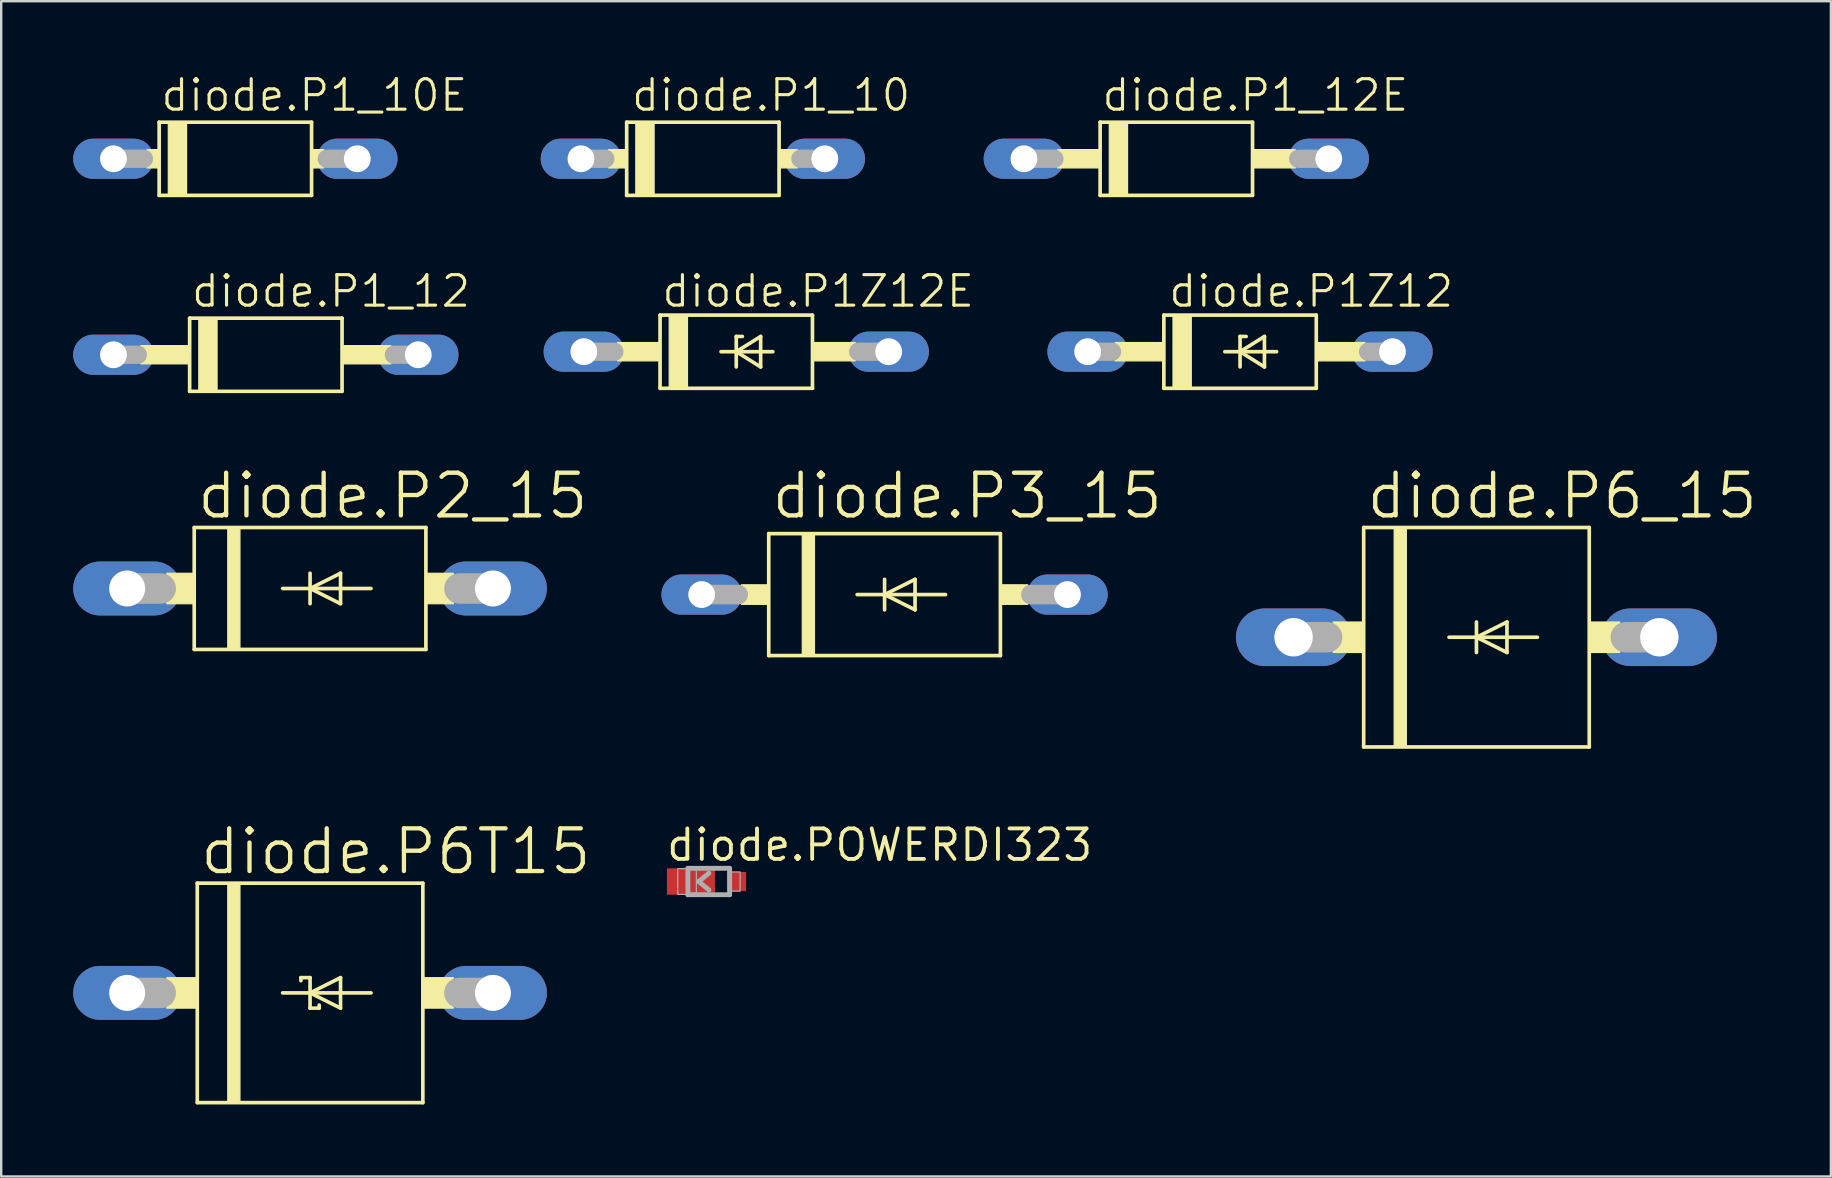
<source format=kicad_pcb>
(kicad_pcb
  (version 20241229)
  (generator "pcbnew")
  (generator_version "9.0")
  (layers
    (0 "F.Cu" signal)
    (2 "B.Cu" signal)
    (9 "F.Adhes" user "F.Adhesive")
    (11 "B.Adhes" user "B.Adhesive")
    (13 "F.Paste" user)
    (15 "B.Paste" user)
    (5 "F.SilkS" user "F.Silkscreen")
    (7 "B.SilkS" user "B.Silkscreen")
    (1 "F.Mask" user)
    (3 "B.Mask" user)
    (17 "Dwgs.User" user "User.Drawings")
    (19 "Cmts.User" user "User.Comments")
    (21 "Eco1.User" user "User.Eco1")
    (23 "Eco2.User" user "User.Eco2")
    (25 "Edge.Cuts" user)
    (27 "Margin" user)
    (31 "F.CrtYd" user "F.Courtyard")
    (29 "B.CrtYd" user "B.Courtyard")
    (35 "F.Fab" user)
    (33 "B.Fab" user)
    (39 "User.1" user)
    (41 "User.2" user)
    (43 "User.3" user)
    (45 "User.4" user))
  (footprint "diode.P6_15"
    (layer "F.Cu")
    (at 58.464 23.5)
    (property "Reference" "diode.P6_15" (at -4.674 -4.851 0) (layer "F.SilkS") (effects (font (size 1.778 1.778) (thickness 0.18)) (justify left bottom)))
    (attr through_hole)
    (fp_line (start -4.699 -4.572) (end 4.699 -4.572) (stroke (width 0.152) (type default)) (layer "F.SilkS"))
    (fp_line (start -4.699 4.572) (end -4.699 -4.572) (stroke (width 0.152) (type default)) (layer "F.SilkS"))
    (fp_line (start -1.143 0) (end 0 0) (stroke (width 0.152) (type default)) (layer "F.SilkS"))
    (fp_line (start 0 -0.635) (end 0 0) (stroke (width 0.152) (type default)) (layer "F.SilkS"))
    (fp_line (start 0 0) (end 0 0.635) (stroke (width 0.152) (type default)) (layer "F.SilkS"))
    (fp_line (start 0 0) (end 1.27 -0.635) (stroke (width 0.152) (type default)) (layer "F.SilkS"))
    (fp_line (start 0 0) (end 2.54 0) (stroke (width 0.152) (type default)) (layer "F.SilkS"))
    (fp_line (start 1.27 -0.635) (end 1.27 0.635) (stroke (width 0.152) (type default)) (layer "F.SilkS"))
    (fp_line (start 1.27 0.635) (end 0 0) (stroke (width 0.152) (type default)) (layer "F.SilkS"))
    (fp_line (start 4.699 -4.572) (end 4.699 4.572) (stroke (width 0.152) (type default)) (layer "F.SilkS"))
    (fp_line (start 4.699 4.572) (end -4.699 4.572) (stroke (width 0.152) (type default)) (layer "F.SilkS"))
    (fp_rect (start -5.969 0.635) (end -4.699 -0.635) (stroke (width 0.05) (type default)) (fill yes) (layer "F.SilkS"))
    (fp_rect (start -3.429 4.572) (end -2.921 -4.572) (stroke (width 0.05) (type default)) (fill yes) (layer "F.SilkS"))
    (fp_rect (start 4.699 0.635) (end 5.969 -0.635) (stroke (width 0.05) (type default)) (fill yes) (layer "F.SilkS"))
    (fp_line (start -7.62 0) (end -6.223 0) (stroke (width 1.27) (type default)) (layer "F.Fab"))
    (fp_line (start 7.62 0) (end 6.223 0) (stroke (width 1.27) (type default)) (layer "F.Fab"))
    (pad "A" thru_hole oval (at 7.62 0) (size 4.801 2.4) (drill 1.6) (layers "*.Cu" "*.Mask"))
    (pad "C" thru_hole oval (at -7.62 0) (size 4.801 2.4) (drill 1.6) (layers "*.Cu" "*.Mask")))
  (footprint "diode.POWERDI323"
    (layer "F.Cu")
    (at 26.486 33.677)
    (property "Reference" "diode.POWERDI323" (at -1.852 -0.779 0) (layer "F.SilkS") (effects (font (size 1.27 1.27) (thickness 0.16)) (justify left bottom)))
    (attr smd)
    (fp_line (start -0.875 -0.55) (end 0.863 -0.55) (stroke (width 0.203) (type default)) (layer "F.Fab"))
    (fp_line (start -0.875 0.55) (end -0.875 -0.55) (stroke (width 0.203) (type default)) (layer "F.Fab"))
    (fp_line (start -0.425 0) (end 0 0.35) (stroke (width 0.2) (type default)) (layer "F.Fab"))
    (fp_line (start 0 -0.35) (end -0.425 0) (stroke (width 0.2) (type default)) (layer "F.Fab"))
    (fp_line (start 0.863 -0.55) (end 0.863 0.55) (stroke (width 0.203) (type default)) (layer "F.Fab"))
    (fp_line (start 0.863 0.55) (end -0.875 0.55) (stroke (width 0.203) (type default)) (layer "F.Fab"))
    (fp_rect (start -1.3 0.537) (end -0.525 -0.537) (stroke (width 0.05) (type default)) (fill no) (layer "F.Fab"))
    (fp_rect (start 0.838 0.4) (end 1.3 -0.4) (stroke (width 0.05) (type default)) (fill no) (layer "F.Fab"))
    (pad "A" smd roundrect (at 1.15 0) (size 0.8 0.8) (layers "F.Cu" "F.Mask" "F.Paste") (roundrect_rratio 0.01))
    (pad "C" smd roundrect (at -0.75 0) (size 2 1.1) (layers "F.Cu" "F.Mask" "F.Paste") (roundrect_rratio 0.01)))
  (footprint "diode.P1_12"
    (layer "F.Cu")
    (at 8.026 11.73)
    (property "Reference" "diode.P1_12" (at -3.175 -1.905 0) (layer "F.SilkS") (effects (font (size 1.27 1.27) (thickness 0.13)) (justify left bottom)))
    (attr through_hole)
    (fp_line (start -3.175 -1.524) (end -3.175 1.524) (stroke (width 0.152) (type default)) (layer "F.SilkS"))
    (fp_line (start -3.175 1.524) (end 3.175 1.524) (stroke (width 0.152) (type default)) (layer "F.SilkS"))
    (fp_line (start 3.175 -1.524) (end -3.175 -1.524) (stroke (width 0.152) (type default)) (layer "F.SilkS"))
    (fp_line (start 3.175 1.524) (end 3.175 -1.524) (stroke (width 0.152) (type default)) (layer "F.SilkS"))
    (fp_rect (start -5.207 0.381) (end -3.175 -0.381) (stroke (width 0.05) (type default)) (fill yes) (layer "F.SilkS"))
    (fp_rect (start -2.794 1.524) (end -2.032 -1.524) (stroke (width 0.05) (type default)) (fill yes) (layer "F.SilkS"))
    (fp_rect (start 3.175 0.381) (end 5.207 -0.381) (stroke (width 0.05) (type default)) (fill yes) (layer "F.SilkS"))
    (fp_line (start -6.35 0) (end -5.334 0) (stroke (width 0.762) (type default)) (layer "F.Fab"))
    (fp_line (start 6.35 0) (end 5.334 0) (stroke (width 0.762) (type default)) (layer "F.Fab"))
    (pad "A" thru_hole oval (at 6.35 0) (size 3.353 1.676) (drill 1.118) (layers "*.Cu" "*.Mask"))
    (pad "C" thru_hole oval (at -6.35 0) (size 3.353 1.676) (drill 1.118) (layers "*.Cu" "*.Mask")))
  (footprint "diode.P2_15"
    (layer "F.Cu")
    (at 9.868 21.468)
    (property "Reference" "diode.P2_15" (at -4.801 -2.819 0) (layer "F.SilkS") (effects (font (size 1.778 1.778) (thickness 0.18)) (justify left bottom)))
    (attr through_hole)
    (fp_line (start -4.826 -2.54) (end 4.826 -2.54) (stroke (width 0.152) (type default)) (layer "F.SilkS"))
    (fp_line (start -4.826 2.54) (end -4.826 -2.54) (stroke (width 0.152) (type default)) (layer "F.SilkS"))
    (fp_line (start -1.143 0) (end 0 0) (stroke (width 0.152) (type default)) (layer "F.SilkS"))
    (fp_line (start 0 -0.635) (end 0 0) (stroke (width 0.152) (type default)) (layer "F.SilkS"))
    (fp_line (start 0 0) (end 0 0.635) (stroke (width 0.152) (type default)) (layer "F.SilkS"))
    (fp_line (start 0 0) (end 1.27 -0.635) (stroke (width 0.152) (type default)) (layer "F.SilkS"))
    (fp_line (start 0 0) (end 2.54 0) (stroke (width 0.152) (type default)) (layer "F.SilkS"))
    (fp_line (start 1.27 -0.635) (end 1.27 0.635) (stroke (width 0.152) (type default)) (layer "F.SilkS"))
    (fp_line (start 1.27 0.635) (end 0 0) (stroke (width 0.152) (type default)) (layer "F.SilkS"))
    (fp_line (start 4.826 -2.54) (end 4.826 2.54) (stroke (width 0.152) (type default)) (layer "F.SilkS"))
    (fp_line (start 4.826 2.54) (end -4.826 2.54) (stroke (width 0.152) (type default)) (layer "F.SilkS"))
    (fp_rect (start -5.969 0.635) (end -4.826 -0.635) (stroke (width 0.05) (type default)) (fill yes) (layer "F.SilkS"))
    (fp_rect (start -3.429 2.54) (end -2.921 -2.54) (stroke (width 0.05) (type default)) (fill yes) (layer "F.SilkS"))
    (fp_rect (start 4.826 0.635) (end 5.969 -0.635) (stroke (width 0.05) (type default)) (fill yes) (layer "F.SilkS"))
    (fp_line (start -7.62 0) (end -6.223 0) (stroke (width 1.27) (type default)) (layer "F.Fab"))
    (fp_line (start 7.62 0) (end 6.223 0) (stroke (width 1.27) (type default)) (layer "F.Fab"))
    (pad "A" thru_hole oval (at 7.62 0) (size 4.496 2.248) (drill 1.499) (layers "*.Cu" "*.Mask"))
    (pad "C" thru_hole oval (at -7.62 0) (size 4.496 2.248) (drill 1.499) (layers "*.Cu" "*.Mask")))
  (footprint "diode.P1_12E"
    (layer "F.Cu")
    (at 45.96 3.565)
    (property "Reference" "diode.P1_12E" (at -3.175 -1.905 0) (layer "F.SilkS") (effects (font (size 1.27 1.27) (thickness 0.13)) (justify left bottom)))
    (attr through_hole)
    (fp_line (start -3.175 -1.524) (end -3.175 1.524) (stroke (width 0.152) (type default)) (layer "F.SilkS"))
    (fp_line (start -3.175 1.524) (end 3.175 1.524) (stroke (width 0.152) (type default)) (layer "F.SilkS"))
    (fp_line (start 3.175 -1.524) (end -3.175 -1.524) (stroke (width 0.152) (type default)) (layer "F.SilkS"))
    (fp_line (start 3.175 1.524) (end 3.175 -1.524) (stroke (width 0.152) (type default)) (layer "F.SilkS"))
    (fp_rect (start -4.953 0.381) (end -3.175 -0.381) (stroke (width 0.05) (type default)) (fill yes) (layer "F.SilkS"))
    (fp_rect (start -2.794 1.524) (end -2.032 -1.524) (stroke (width 0.05) (type default)) (fill yes) (layer "F.SilkS"))
    (fp_rect (start 3.175 0.381) (end 4.953 -0.381) (stroke (width 0.05) (type default)) (fill yes) (layer "F.SilkS"))
    (fp_line (start -6.35 0) (end -5.08 0) (stroke (width 0.762) (type default)) (layer "F.Fab"))
    (fp_line (start 6.35 0) (end 5.08 0) (stroke (width 0.762) (type default)) (layer "F.Fab"))
    (pad "A" thru_hole oval (at 6.35 0) (size 3.353 1.676) (drill 1.118) (layers "*.Cu" "*.Mask"))
    (pad "C" thru_hole oval (at -6.35 0) (size 3.353 1.676) (drill 1.118) (layers "*.Cu" "*.Mask")))
  (footprint "diode.P6T15"
    (layer "F.Cu")
    (at 9.868 38.317)
    (property "Reference" "diode.P6T15" (at -4.674 -4.851 0) (layer "F.SilkS") (effects (font (size 1.778 1.778) (thickness 0.18)) (justify left bottom)))
    (attr through_hole)
    (fp_line (start -4.699 -4.572) (end 4.699 -4.572) (stroke (width 0.152) (type default)) (layer "F.SilkS"))
    (fp_line (start -4.699 4.572) (end -4.699 -4.572) (stroke (width 0.152) (type default)) (layer "F.SilkS"))
    (fp_line (start -1.143 0) (end 0 0) (stroke (width 0.152) (type default)) (layer "F.SilkS"))
    (fp_line (start -0.381 -0.635) (end 0 -0.635) (stroke (width 0.152) (type default)) (layer "F.SilkS"))
    (fp_line (start -0.381 -0.508) (end -0.381 -0.635) (stroke (width 0.152) (type default)) (layer "F.SilkS"))
    (fp_line (start 0 -0.635) (end 0 0) (stroke (width 0.152) (type default)) (layer "F.SilkS"))
    (fp_line (start 0 0) (end 1.27 -0.635) (stroke (width 0.152) (type default)) (layer "F.SilkS"))
    (fp_line (start 0 0) (end 2.54 0) (stroke (width 0.152) (type default)) (layer "F.SilkS"))
    (fp_line (start 0 0.635) (end 0 0) (stroke (width 0.152) (type default)) (layer "F.SilkS"))
    (fp_line (start 0.381 0.508) (end 0.381 0.635) (stroke (width 0.152) (type default)) (layer "F.SilkS"))
    (fp_line (start 0.381 0.635) (end 0 0.635) (stroke (width 0.152) (type default)) (layer "F.SilkS"))
    (fp_line (start 1.27 -0.635) (end 1.27 0.635) (stroke (width 0.152) (type default)) (layer "F.SilkS"))
    (fp_line (start 1.27 0.635) (end 0 0) (stroke (width 0.152) (type default)) (layer "F.SilkS"))
    (fp_line (start 4.699 -4.572) (end 4.699 4.572) (stroke (width 0.152) (type default)) (layer "F.SilkS"))
    (fp_line (start 4.699 4.572) (end -4.699 4.572) (stroke (width 0.152) (type default)) (layer "F.SilkS"))
    (fp_rect (start -5.969 0.635) (end -4.699 -0.635) (stroke (width 0.05) (type default)) (fill yes) (layer "F.SilkS"))
    (fp_rect (start -3.429 4.572) (end -2.921 -4.572) (stroke (width 0.05) (type default)) (fill yes) (layer "F.SilkS"))
    (fp_rect (start 4.699 0.635) (end 5.969 -0.635) (stroke (width 0.05) (type default)) (fill yes) (layer "F.SilkS"))
    (fp_line (start -7.62 0) (end -6.223 0) (stroke (width 1.27) (type default)) (layer "F.Fab"))
    (fp_line (start 7.62 0) (end 6.223 0) (stroke (width 1.27) (type default)) (layer "F.Fab"))
    (pad "A" thru_hole oval (at 7.62 0) (size 4.496 2.248) (drill 1.499) (layers "*.Cu" "*.Mask"))
    (pad "C" thru_hole oval (at -7.62 0) (size 4.496 2.248) (drill 1.499) (layers "*.Cu" "*.Mask")))
  (footprint "diode.P1_10"
    (layer "F.Cu")
    (at 26.234 3.565)
    (property "Reference" "diode.P1_10" (at -3.048 -1.905 0) (layer "F.SilkS") (effects (font (size 1.27 1.27) (thickness 0.13)) (justify left bottom)))
    (attr through_hole)
    (fp_line (start -3.175 -1.524) (end -3.175 1.524) (stroke (width 0.152) (type default)) (layer "F.SilkS"))
    (fp_line (start -3.175 1.524) (end 3.175 1.524) (stroke (width 0.152) (type default)) (layer "F.SilkS"))
    (fp_line (start 3.175 -1.524) (end -3.175 -1.524) (stroke (width 0.152) (type default)) (layer "F.SilkS"))
    (fp_line (start 3.175 1.524) (end 3.175 -1.524) (stroke (width 0.152) (type default)) (layer "F.SilkS"))
    (fp_rect (start -3.937 0.381) (end -3.175 -0.381) (stroke (width 0.05) (type default)) (fill yes) (layer "F.SilkS"))
    (fp_rect (start -2.794 1.524) (end -2.032 -1.524) (stroke (width 0.05) (type default)) (fill yes) (layer "F.SilkS"))
    (fp_rect (start 3.175 0.381) (end 3.937 -0.381) (stroke (width 0.05) (type default)) (fill yes) (layer "F.SilkS"))
    (fp_line (start -5.08 0) (end -4.064 0) (stroke (width 0.762) (type default)) (layer "F.Fab"))
    (fp_line (start 5.08 0) (end 4.064 0) (stroke (width 0.762) (type default)) (layer "F.Fab"))
    (pad "A" thru_hole oval (at 5.08 0) (size 3.353 1.676) (drill 1.118) (layers "*.Cu" "*.Mask"))
    (pad "C" thru_hole oval (at -5.08 0) (size 3.353 1.676) (drill 1.118) (layers "*.Cu" "*.Mask")))
  (footprint "diode.P1Z12E"
    (layer "F.Cu")
    (at 27.625 11.603)
    (property "Reference" "diode.P1Z12E" (at -3.175 -1.778 0) (layer "F.SilkS") (effects (font (size 1.27 1.27) (thickness 0.13)) (justify left bottom)))
    (attr through_hole)
    (fp_line (start -3.175 -1.524) (end -3.175 1.524) (stroke (width 0.152) (type default)) (layer "F.SilkS"))
    (fp_line (start -3.175 1.524) (end 3.175 1.524) (stroke (width 0.152) (type default)) (layer "F.SilkS"))
    (fp_line (start -0.635 0) (end 0 0) (stroke (width 0.152) (type default)) (layer "F.SilkS"))
    (fp_line (start 0 -0.635) (end 0 0) (stroke (width 0.152) (type default)) (layer "F.SilkS"))
    (fp_line (start 0 0) (end 0 0.635) (stroke (width 0.152) (type default)) (layer "F.SilkS"))
    (fp_line (start 0 0) (end 1.016 -0.635) (stroke (width 0.152) (type default)) (layer "F.SilkS"))
    (fp_line (start 0 0) (end 1.524 0) (stroke (width 0.152) (type default)) (layer "F.SilkS"))
    (fp_line (start 0.254 -0.635) (end 0 -0.635) (stroke (width 0.152) (type default)) (layer "F.SilkS"))
    (fp_line (start 1.016 -0.635) (end 1.016 0.635) (stroke (width 0.152) (type default)) (layer "F.SilkS"))
    (fp_line (start 1.016 0.635) (end 0 0) (stroke (width 0.152) (type default)) (layer "F.SilkS"))
    (fp_line (start 3.175 -1.524) (end -3.175 -1.524) (stroke (width 0.152) (type default)) (layer "F.SilkS"))
    (fp_line (start 3.175 1.524) (end 3.175 -1.524) (stroke (width 0.152) (type default)) (layer "F.SilkS"))
    (fp_rect (start -4.953 0.381) (end -3.175 -0.381) (stroke (width 0.05) (type default)) (fill yes) (layer "F.SilkS"))
    (fp_rect (start -2.794 1.524) (end -2.032 -1.524) (stroke (width 0.05) (type default)) (fill yes) (layer "F.SilkS"))
    (fp_rect (start 3.175 0.381) (end 4.953 -0.381) (stroke (width 0.05) (type default)) (fill yes) (layer "F.SilkS"))
    (fp_line (start -6.35 0) (end -5.08 0) (stroke (width 0.762) (type default)) (layer "F.Fab"))
    (fp_line (start 6.35 0) (end 5.08 0) (stroke (width 0.762) (type default)) (layer "F.Fab"))
    (pad "A" thru_hole oval (at 6.35 0) (size 3.353 1.676) (drill 1.118) (layers "*.Cu" "*.Mask"))
    (pad "C" thru_hole oval (at -6.35 0) (size 3.353 1.676) (drill 1.118) (layers "*.Cu" "*.Mask")))
  (footprint "diode.P1Z12"
    (layer "F.Cu")
    (at 48.615 11.603)
    (property "Reference" "diode.P1Z12" (at -3.048 -1.778 0) (layer "F.SilkS") (effects (font (size 1.27 1.27) (thickness 0.13)) (justify left bottom)))
    (attr through_hole)
    (fp_line (start -3.175 -1.524) (end -3.175 1.524) (stroke (width 0.152) (type default)) (layer "F.SilkS"))
    (fp_line (start -3.175 1.524) (end 3.175 1.524) (stroke (width 0.152) (type default)) (layer "F.SilkS"))
    (fp_line (start -0.635 0) (end 0 0) (stroke (width 0.152) (type default)) (layer "F.SilkS"))
    (fp_line (start 0 -0.635) (end 0 0) (stroke (width 0.152) (type default)) (layer "F.SilkS"))
    (fp_line (start 0 0) (end 0 0.635) (stroke (width 0.152) (type default)) (layer "F.SilkS"))
    (fp_line (start 0 0) (end 1.016 -0.635) (stroke (width 0.152) (type default)) (layer "F.SilkS"))
    (fp_line (start 0 0) (end 1.524 0) (stroke (width 0.152) (type default)) (layer "F.SilkS"))
    (fp_line (start 0.254 -0.635) (end 0 -0.635) (stroke (width 0.152) (type default)) (layer "F.SilkS"))
    (fp_line (start 1.016 -0.635) (end 1.016 0.635) (stroke (width 0.152) (type default)) (layer "F.SilkS"))
    (fp_line (start 1.016 0.635) (end 0 0) (stroke (width 0.152) (type default)) (layer "F.SilkS"))
    (fp_line (start 3.175 -1.524) (end -3.175 -1.524) (stroke (width 0.152) (type default)) (layer "F.SilkS"))
    (fp_line (start 3.175 1.524) (end 3.175 -1.524) (stroke (width 0.152) (type default)) (layer "F.SilkS"))
    (fp_rect (start -5.207 0.381) (end -3.175 -0.381) (stroke (width 0.05) (type default)) (fill yes) (layer "F.SilkS"))
    (fp_rect (start -2.794 1.524) (end -2.032 -1.524) (stroke (width 0.05) (type default)) (fill yes) (layer "F.SilkS"))
    (fp_rect (start 3.175 0.381) (end 5.207 -0.381) (stroke (width 0.05) (type default)) (fill yes) (layer "F.SilkS"))
    (fp_line (start -6.35 0) (end -5.334 0) (stroke (width 0.762) (type default)) (layer "F.Fab"))
    (fp_line (start 6.35 0) (end 5.334 0) (stroke (width 0.762) (type default)) (layer "F.Fab"))
    (pad "A" thru_hole oval (at 6.35 0) (size 3.353 1.676) (drill 1.118) (layers "*.Cu" "*.Mask"))
    (pad "C" thru_hole oval (at -6.35 0) (size 3.353 1.676) (drill 1.118) (layers "*.Cu" "*.Mask")))
  (footprint "diode.P3_15"
    (layer "F.Cu")
    (at 33.804 21.722)
    (property "Reference" "diode.P3_15" (at -4.801 -3.073 0) (layer "F.SilkS") (effects (font (size 1.778 1.778) (thickness 0.18)) (justify left bottom)))
    (attr through_hole)
    (fp_line (start -4.826 -2.54) (end 4.826 -2.54) (stroke (width 0.152) (type default)) (layer "F.SilkS"))
    (fp_line (start -4.826 2.54) (end -4.826 -2.54) (stroke (width 0.152) (type default)) (layer "F.SilkS"))
    (fp_line (start -1.143 0) (end 0 0) (stroke (width 0.152) (type default)) (layer "F.SilkS"))
    (fp_line (start 0 -0.635) (end 0 0) (stroke (width 0.152) (type default)) (layer "F.SilkS"))
    (fp_line (start 0 0) (end 0 0.635) (stroke (width 0.152) (type default)) (layer "F.SilkS"))
    (fp_line (start 0 0) (end 1.27 -0.635) (stroke (width 0.152) (type default)) (layer "F.SilkS"))
    (fp_line (start 0 0) (end 2.54 0) (stroke (width 0.152) (type default)) (layer "F.SilkS"))
    (fp_line (start 1.27 -0.635) (end 1.27 0.635) (stroke (width 0.152) (type default)) (layer "F.SilkS"))
    (fp_line (start 1.27 0.635) (end 0 0) (stroke (width 0.152) (type default)) (layer "F.SilkS"))
    (fp_line (start 4.826 -2.54) (end 4.826 2.54) (stroke (width 0.152) (type default)) (layer "F.SilkS"))
    (fp_line (start 4.826 2.54) (end -4.826 2.54) (stroke (width 0.152) (type default)) (layer "F.SilkS"))
    (fp_rect (start -5.969 0.406) (end -4.826 -0.406) (stroke (width 0.05) (type default)) (fill yes) (layer "F.SilkS"))
    (fp_rect (start -3.429 2.54) (end -2.921 -2.54) (stroke (width 0.05) (type default)) (fill yes) (layer "F.SilkS"))
    (fp_rect (start 4.826 0.406) (end 5.969 -0.406) (stroke (width 0.05) (type default)) (fill yes) (layer "F.SilkS"))
    (fp_line (start -7.62 0) (end -6.096 0) (stroke (width 0.813) (type default)) (layer "F.Fab"))
    (fp_line (start 7.62 0) (end 6.096 0) (stroke (width 0.813) (type default)) (layer "F.Fab"))
    (pad "A" thru_hole oval (at 7.62 0) (size 3.353 1.676) (drill 1.118) (layers "*.Cu" "*.Mask"))
    (pad "C" thru_hole oval (at -7.62 0) (size 3.353 1.676) (drill 1.118) (layers "*.Cu" "*.Mask")))
  (footprint "diode.P1_10E"
    (layer "F.Cu")
    (at 6.756 3.565)
    (property "Reference" "diode.P1_10E" (at -3.175 -1.905 0) (layer "F.SilkS") (effects (font (size 1.27 1.27) (thickness 0.13)) (justify left bottom)))
    (attr through_hole)
    (fp_line (start -3.175 -1.524) (end -3.175 1.524) (stroke (width 0.152) (type default)) (layer "F.SilkS"))
    (fp_line (start -3.175 1.524) (end 3.175 1.524) (stroke (width 0.152) (type default)) (layer "F.SilkS"))
    (fp_line (start 3.175 -1.524) (end -3.175 -1.524) (stroke (width 0.152) (type default)) (layer "F.SilkS"))
    (fp_line (start 3.175 1.524) (end 3.175 -1.524) (stroke (width 0.152) (type default)) (layer "F.SilkS"))
    (fp_rect (start -3.683 0.381) (end -3.175 -0.381) (stroke (width 0.05) (type default)) (fill yes) (layer "F.SilkS"))
    (fp_rect (start -2.794 1.524) (end -2.032 -1.524) (stroke (width 0.05) (type default)) (fill yes) (layer "F.SilkS"))
    (fp_rect (start 3.175 0.381) (end 3.683 -0.381) (stroke (width 0.05) (type default)) (fill yes) (layer "F.SilkS"))
    (fp_line (start -5.08 0) (end -3.81 0) (stroke (width 0.762) (type default)) (layer "F.Fab"))
    (fp_line (start 5.08 0) (end 3.81 0) (stroke (width 0.762) (type default)) (layer "F.Fab"))
    (pad "A" thru_hole oval (at 5.08 0) (size 3.353 1.676) (drill 1.118) (layers "*.Cu" "*.Mask"))
    (pad "C" thru_hole oval (at -5.08 0) (size 3.353 1.676) (drill 1.118) (layers "*.Cu" "*.Mask")))
  (gr_rect
    (start -3 -3)
    (end 73.231 45.966)
    (stroke (width 0.1) (type default))
    (fill no)
    (layer "Edge.Cuts")))
</source>
